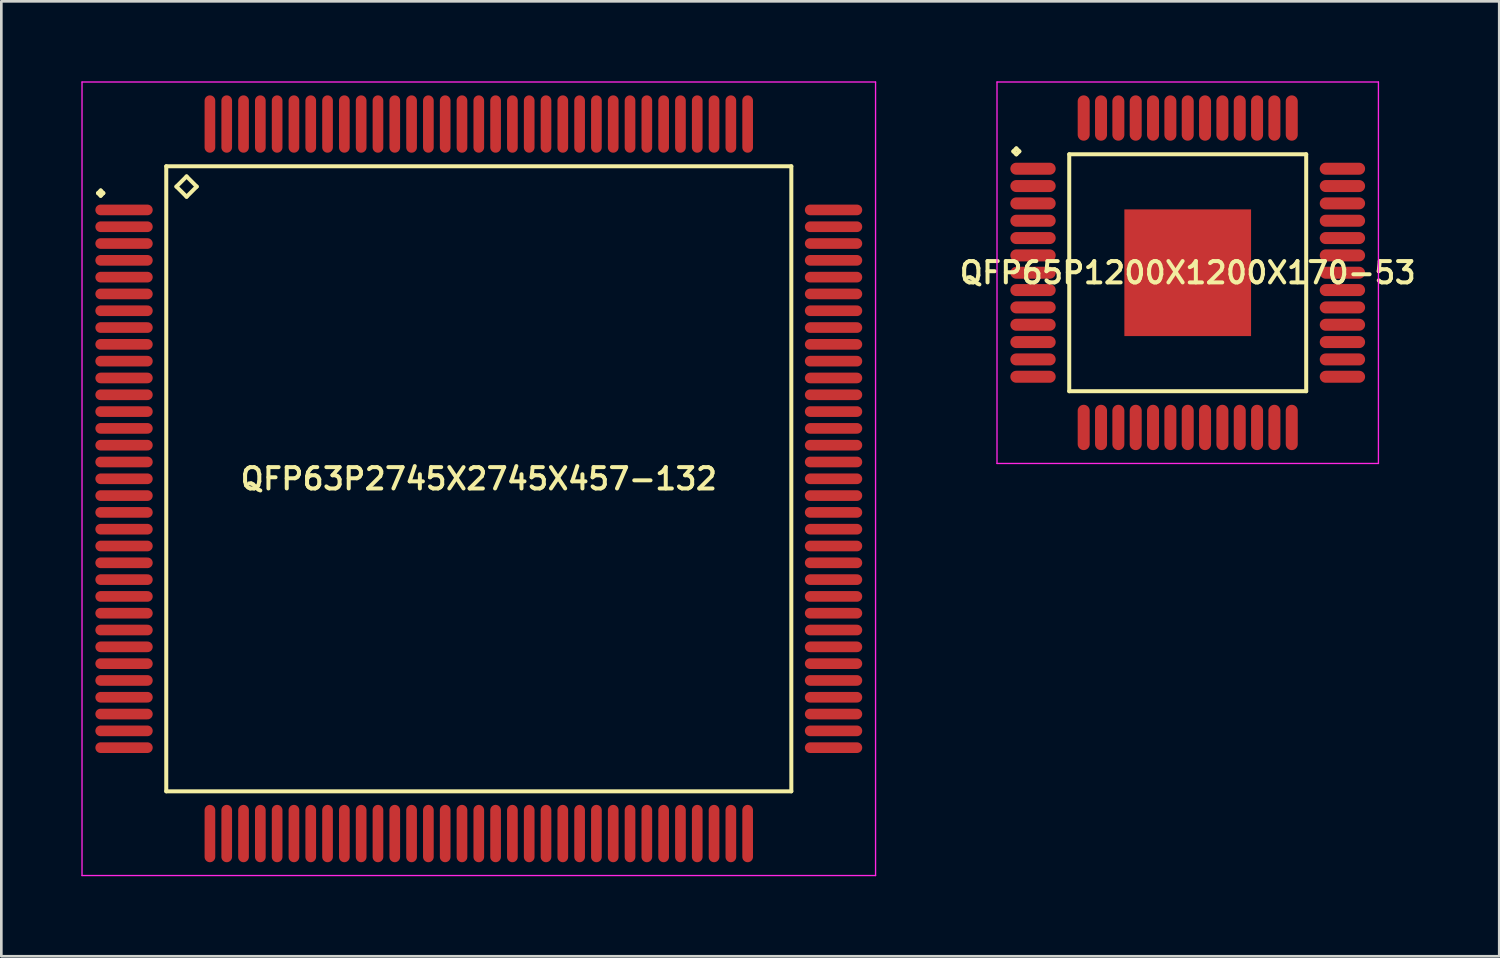
<source format=kicad_pcb>
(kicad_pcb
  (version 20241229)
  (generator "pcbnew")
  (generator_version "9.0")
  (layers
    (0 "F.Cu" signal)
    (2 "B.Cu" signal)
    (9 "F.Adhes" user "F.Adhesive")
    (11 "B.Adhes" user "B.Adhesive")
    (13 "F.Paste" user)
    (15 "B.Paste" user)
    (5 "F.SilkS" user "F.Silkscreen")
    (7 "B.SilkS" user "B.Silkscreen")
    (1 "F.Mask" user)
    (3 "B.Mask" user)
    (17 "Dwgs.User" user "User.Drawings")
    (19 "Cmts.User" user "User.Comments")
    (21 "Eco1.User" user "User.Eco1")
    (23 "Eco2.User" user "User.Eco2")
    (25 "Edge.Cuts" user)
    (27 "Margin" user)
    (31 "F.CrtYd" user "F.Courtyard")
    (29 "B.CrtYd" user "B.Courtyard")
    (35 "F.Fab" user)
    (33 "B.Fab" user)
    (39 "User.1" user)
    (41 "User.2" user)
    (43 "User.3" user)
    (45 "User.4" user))
  (footprint "QFP63P2745X2745X457-132"
    (layer "F.Cu")
    (at 14.9 14.9)
    (property "Reference" "QFP63P2745X2745X457-132" (at 0 0 0) (layer "F.SilkS") (effects (font (size 0.8 0.8) (thickness 0.15))))
    (attr smd)
    (fp_line (start -14.275 -10.71) (end -14.175 -10.81) (stroke (width 0.15) (type solid)) (layer "F.SilkS"))
    (fp_line (start -14.175 -10.81) (end -14.075 -10.71) (stroke (width 0.15) (type solid)) (layer "F.SilkS"))
    (fp_line (start -14.175 -10.61) (end -14.275 -10.71) (stroke (width 0.15) (type solid)) (layer "F.SilkS"))
    (fp_line (start -14.075 -10.71) (end -14.175 -10.61) (stroke (width 0.15) (type solid)) (layer "F.SilkS"))
    (fp_line (start -11.717 -11.717) (end -11.717 11.717) (stroke (width 0.15) (type solid)) (layer "F.SilkS"))
    (fp_line (start -11.717 11.717) (end 11.717 11.717) (stroke (width 0.15) (type solid)) (layer "F.SilkS"))
    (fp_line (start -11.336 -10.955) (end -10.955 -11.336) (stroke (width 0.15) (type solid)) (layer "F.SilkS"))
    (fp_line (start -10.955 -11.336) (end -10.574 -10.955) (stroke (width 0.15) (type solid)) (layer "F.SilkS"))
    (fp_line (start -10.955 -10.574) (end -11.336 -10.955) (stroke (width 0.15) (type solid)) (layer "F.SilkS"))
    (fp_line (start -10.574 -10.955) (end -10.955 -10.574) (stroke (width 0.15) (type solid)) (layer "F.SilkS"))
    (fp_line (start 11.717 -11.717) (end -11.717 -11.717) (stroke (width 0.15) (type solid)) (layer "F.SilkS"))
    (fp_line (start 11.717 11.717) (end 11.717 -11.717) (stroke (width 0.15) (type solid)) (layer "F.SilkS"))
    (fp_line (start -14.875 -14.875) (end 14.875 -14.875) (stroke (width 0.05) (type solid)) (layer "F.CrtYd"))
    (fp_line (start -14.875 14.875) (end -14.875 -14.875) (stroke (width 0.05) (type solid)) (layer "F.CrtYd"))
    (fp_line (start 14.875 -14.875) (end 14.875 14.875) (stroke (width 0.05) (type solid)) (layer "F.CrtYd"))
    (fp_line (start 14.875 14.875) (end -14.875 14.875) (stroke (width 0.05) (type solid)) (layer "F.CrtYd"))
    (pad "1" smd oval (at -13.3 -10.08) (size 2.15 0.4) (layers "F.Cu" "F.Mask" "F.Paste"))
    (pad "2" smd oval (at -13.3 -9.45) (size 2.15 0.4) (layers "F.Cu" "F.Mask" "F.Paste"))
    (pad "3" smd oval (at -13.3 -8.82) (size 2.15 0.4) (layers "F.Cu" "F.Mask" "F.Paste"))
    (pad "4" smd oval (at -13.3 -8.19) (size 2.15 0.4) (layers "F.Cu" "F.Mask" "F.Paste"))
    (pad "5" smd oval (at -13.3 -7.56) (size 2.15 0.4) (layers "F.Cu" "F.Mask" "F.Paste"))
    (pad "6" smd oval (at -13.3 -6.93) (size 2.15 0.4) (layers "F.Cu" "F.Mask" "F.Paste"))
    (pad "7" smd oval (at -13.3 -6.3) (size 2.15 0.4) (layers "F.Cu" "F.Mask" "F.Paste"))
    (pad "8" smd oval (at -13.3 -5.67) (size 2.15 0.4) (layers "F.Cu" "F.Mask" "F.Paste"))
    (pad "9" smd oval (at -13.3 -5.04) (size 2.15 0.4) (layers "F.Cu" "F.Mask" "F.Paste"))
    (pad "10" smd oval (at -13.3 -4.41) (size 2.15 0.4) (layers "F.Cu" "F.Mask" "F.Paste"))
    (pad "11" smd oval (at -13.3 -3.78) (size 2.15 0.4) (layers "F.Cu" "F.Mask" "F.Paste"))
    (pad "12" smd oval (at -13.3 -3.15) (size 2.15 0.4) (layers "F.Cu" "F.Mask" "F.Paste"))
    (pad "13" smd oval (at -13.3 -2.52) (size 2.15 0.4) (layers "F.Cu" "F.Mask" "F.Paste"))
    (pad "14" smd oval (at -13.3 -1.89) (size 2.15 0.4) (layers "F.Cu" "F.Mask" "F.Paste"))
    (pad "15" smd oval (at -13.3 -1.26) (size 2.15 0.4) (layers "F.Cu" "F.Mask" "F.Paste"))
    (pad "16" smd oval (at -13.3 -0.63) (size 2.15 0.4) (layers "F.Cu" "F.Mask" "F.Paste"))
    (pad "17" smd oval (at -13.3 0) (size 2.15 0.4) (layers "F.Cu" "F.Mask" "F.Paste"))
    (pad "18" smd oval (at -13.3 0.63) (size 2.15 0.4) (layers "F.Cu" "F.Mask" "F.Paste"))
    (pad "19" smd oval (at -13.3 1.26) (size 2.15 0.4) (layers "F.Cu" "F.Mask" "F.Paste"))
    (pad "20" smd oval (at -13.3 1.89) (size 2.15 0.4) (layers "F.Cu" "F.Mask" "F.Paste"))
    (pad "21" smd oval (at -13.3 2.52) (size 2.15 0.4) (layers "F.Cu" "F.Mask" "F.Paste"))
    (pad "22" smd oval (at -13.3 3.15) (size 2.15 0.4) (layers "F.Cu" "F.Mask" "F.Paste"))
    (pad "23" smd oval (at -13.3 3.78) (size 2.15 0.4) (layers "F.Cu" "F.Mask" "F.Paste"))
    (pad "24" smd oval (at -13.3 4.41) (size 2.15 0.4) (layers "F.Cu" "F.Mask" "F.Paste"))
    (pad "25" smd oval (at -13.3 5.04) (size 2.15 0.4) (layers "F.Cu" "F.Mask" "F.Paste"))
    (pad "26" smd oval (at -13.3 5.67) (size 2.15 0.4) (layers "F.Cu" "F.Mask" "F.Paste"))
    (pad "27" smd oval (at -13.3 6.3) (size 2.15 0.4) (layers "F.Cu" "F.Mask" "F.Paste"))
    (pad "28" smd oval (at -13.3 6.93) (size 2.15 0.4) (layers "F.Cu" "F.Mask" "F.Paste"))
    (pad "29" smd oval (at -13.3 7.56) (size 2.15 0.4) (layers "F.Cu" "F.Mask" "F.Paste"))
    (pad "30" smd oval (at -13.3 8.19) (size 2.15 0.4) (layers "F.Cu" "F.Mask" "F.Paste"))
    (pad "31" smd oval (at -13.3 8.82) (size 2.15 0.4) (layers "F.Cu" "F.Mask" "F.Paste"))
    (pad "32" smd oval (at -13.3 9.45) (size 2.15 0.4) (layers "F.Cu" "F.Mask" "F.Paste"))
    (pad "33" smd oval (at -13.3 10.08) (size 2.15 0.4) (layers "F.Cu" "F.Mask" "F.Paste"))
    (pad "34" smd oval (at -10.08 13.3) (size 0.4 2.15) (layers "F.Cu" "F.Mask" "F.Paste"))
    (pad "35" smd oval (at -9.45 13.3) (size 0.4 2.15) (layers "F.Cu" "F.Mask" "F.Paste"))
    (pad "36" smd oval (at -8.82 13.3) (size 0.4 2.15) (layers "F.Cu" "F.Mask" "F.Paste"))
    (pad "37" smd oval (at -8.19 13.3) (size 0.4 2.15) (layers "F.Cu" "F.Mask" "F.Paste"))
    (pad "38" smd oval (at -7.56 13.3) (size 0.4 2.15) (layers "F.Cu" "F.Mask" "F.Paste"))
    (pad "39" smd oval (at -6.93 13.3) (size 0.4 2.15) (layers "F.Cu" "F.Mask" "F.Paste"))
    (pad "40" smd oval (at -6.3 13.3) (size 0.4 2.15) (layers "F.Cu" "F.Mask" "F.Paste"))
    (pad "41" smd oval (at -5.67 13.3) (size 0.4 2.15) (layers "F.Cu" "F.Mask" "F.Paste"))
    (pad "42" smd oval (at -5.04 13.3) (size 0.4 2.15) (layers "F.Cu" "F.Mask" "F.Paste"))
    (pad "43" smd oval (at -4.41 13.3) (size 0.4 2.15) (layers "F.Cu" "F.Mask" "F.Paste"))
    (pad "44" smd oval (at -3.78 13.3) (size 0.4 2.15) (layers "F.Cu" "F.Mask" "F.Paste"))
    (pad "45" smd oval (at -3.15 13.3) (size 0.4 2.15) (layers "F.Cu" "F.Mask" "F.Paste"))
    (pad "46" smd oval (at -2.52 13.3) (size 0.4 2.15) (layers "F.Cu" "F.Mask" "F.Paste"))
    (pad "47" smd oval (at -1.89 13.3) (size 0.4 2.15) (layers "F.Cu" "F.Mask" "F.Paste"))
    (pad "48" smd oval (at -1.26 13.3) (size 0.4 2.15) (layers "F.Cu" "F.Mask" "F.Paste"))
    (pad "49" smd oval (at -0.63 13.3) (size 0.4 2.15) (layers "F.Cu" "F.Mask" "F.Paste"))
    (pad "50" smd oval (at 0 13.3) (size 0.4 2.15) (layers "F.Cu" "F.Mask" "F.Paste"))
    (pad "51" smd oval (at 0.63 13.3) (size 0.4 2.15) (layers "F.Cu" "F.Mask" "F.Paste"))
    (pad "52" smd oval (at 1.26 13.3) (size 0.4 2.15) (layers "F.Cu" "F.Mask" "F.Paste"))
    (pad "53" smd oval (at 1.89 13.3) (size 0.4 2.15) (layers "F.Cu" "F.Mask" "F.Paste"))
    (pad "54" smd oval (at 2.52 13.3) (size 0.4 2.15) (layers "F.Cu" "F.Mask" "F.Paste"))
    (pad "55" smd oval (at 3.15 13.3) (size 0.4 2.15) (layers "F.Cu" "F.Mask" "F.Paste"))
    (pad "56" smd oval (at 3.78 13.3) (size 0.4 2.15) (layers "F.Cu" "F.Mask" "F.Paste"))
    (pad "57" smd oval (at 4.41 13.3) (size 0.4 2.15) (layers "F.Cu" "F.Mask" "F.Paste"))
    (pad "58" smd oval (at 5.04 13.3) (size 0.4 2.15) (layers "F.Cu" "F.Mask" "F.Paste"))
    (pad "59" smd oval (at 5.67 13.3) (size 0.4 2.15) (layers "F.Cu" "F.Mask" "F.Paste"))
    (pad "60" smd oval (at 6.3 13.3) (size 0.4 2.15) (layers "F.Cu" "F.Mask" "F.Paste"))
    (pad "61" smd oval (at 6.93 13.3) (size 0.4 2.15) (layers "F.Cu" "F.Mask" "F.Paste"))
    (pad "62" smd oval (at 7.56 13.3) (size 0.4 2.15) (layers "F.Cu" "F.Mask" "F.Paste"))
    (pad "63" smd oval (at 8.19 13.3) (size 0.4 2.15) (layers "F.Cu" "F.Mask" "F.Paste"))
    (pad "64" smd oval (at 8.82 13.3) (size 0.4 2.15) (layers "F.Cu" "F.Mask" "F.Paste"))
    (pad "65" smd oval (at 9.45 13.3) (size 0.4 2.15) (layers "F.Cu" "F.Mask" "F.Paste"))
    (pad "66" smd oval (at 10.08 13.3) (size 0.4 2.15) (layers "F.Cu" "F.Mask" "F.Paste"))
    (pad "67" smd oval (at 13.3 10.08) (size 2.15 0.4) (layers "F.Cu" "F.Mask" "F.Paste"))
    (pad "68" smd oval (at 13.3 9.45) (size 2.15 0.4) (layers "F.Cu" "F.Mask" "F.Paste"))
    (pad "69" smd oval (at 13.3 8.82) (size 2.15 0.4) (layers "F.Cu" "F.Mask" "F.Paste"))
    (pad "70" smd oval (at 13.3 8.19) (size 2.15 0.4) (layers "F.Cu" "F.Mask" "F.Paste"))
    (pad "71" smd oval (at 13.3 7.56) (size 2.15 0.4) (layers "F.Cu" "F.Mask" "F.Paste"))
    (pad "72" smd oval (at 13.3 6.93) (size 2.15 0.4) (layers "F.Cu" "F.Mask" "F.Paste"))
    (pad "73" smd oval (at 13.3 6.3) (size 2.15 0.4) (layers "F.Cu" "F.Mask" "F.Paste"))
    (pad "74" smd oval (at 13.3 5.67) (size 2.15 0.4) (layers "F.Cu" "F.Mask" "F.Paste"))
    (pad "75" smd oval (at 13.3 5.04) (size 2.15 0.4) (layers "F.Cu" "F.Mask" "F.Paste"))
    (pad "76" smd oval (at 13.3 4.41) (size 2.15 0.4) (layers "F.Cu" "F.Mask" "F.Paste"))
    (pad "77" smd oval (at 13.3 3.78) (size 2.15 0.4) (layers "F.Cu" "F.Mask" "F.Paste"))
    (pad "78" smd oval (at 13.3 3.15) (size 2.15 0.4) (layers "F.Cu" "F.Mask" "F.Paste"))
    (pad "79" smd oval (at 13.3 2.52) (size 2.15 0.4) (layers "F.Cu" "F.Mask" "F.Paste"))
    (pad "80" smd oval (at 13.3 1.89) (size 2.15 0.4) (layers "F.Cu" "F.Mask" "F.Paste"))
    (pad "81" smd oval (at 13.3 1.26) (size 2.15 0.4) (layers "F.Cu" "F.Mask" "F.Paste"))
    (pad "82" smd oval (at 13.3 0.63) (size 2.15 0.4) (layers "F.Cu" "F.Mask" "F.Paste"))
    (pad "83" smd oval (at 13.3 0) (size 2.15 0.4) (layers "F.Cu" "F.Mask" "F.Paste"))
    (pad "84" smd oval (at 13.3 -0.63) (size 2.15 0.4) (layers "F.Cu" "F.Mask" "F.Paste"))
    (pad "85" smd oval (at 13.3 -1.26) (size 2.15 0.4) (layers "F.Cu" "F.Mask" "F.Paste"))
    (pad "86" smd oval (at 13.3 -1.89) (size 2.15 0.4) (layers "F.Cu" "F.Mask" "F.Paste"))
    (pad "87" smd oval (at 13.3 -2.52) (size 2.15 0.4) (layers "F.Cu" "F.Mask" "F.Paste"))
    (pad "88" smd oval (at 13.3 -3.15) (size 2.15 0.4) (layers "F.Cu" "F.Mask" "F.Paste"))
    (pad "89" smd oval (at 13.3 -3.78) (size 2.15 0.4) (layers "F.Cu" "F.Mask" "F.Paste"))
    (pad "90" smd oval (at 13.3 -4.41) (size 2.15 0.4) (layers "F.Cu" "F.Mask" "F.Paste"))
    (pad "91" smd oval (at 13.3 -5.04) (size 2.15 0.4) (layers "F.Cu" "F.Mask" "F.Paste"))
    (pad "92" smd oval (at 13.3 -5.67) (size 2.15 0.4) (layers "F.Cu" "F.Mask" "F.Paste"))
    (pad "93" smd oval (at 13.3 -6.3) (size 2.15 0.4) (layers "F.Cu" "F.Mask" "F.Paste"))
    (pad "94" smd oval (at 13.3 -6.93) (size 2.15 0.4) (layers "F.Cu" "F.Mask" "F.Paste"))
    (pad "95" smd oval (at 13.3 -7.56) (size 2.15 0.4) (layers "F.Cu" "F.Mask" "F.Paste"))
    (pad "96" smd oval (at 13.3 -8.19) (size 2.15 0.4) (layers "F.Cu" "F.Mask" "F.Paste"))
    (pad "97" smd oval (at 13.3 -8.82) (size 2.15 0.4) (layers "F.Cu" "F.Mask" "F.Paste"))
    (pad "98" smd oval (at 13.3 -9.45) (size 2.15 0.4) (layers "F.Cu" "F.Mask" "F.Paste"))
    (pad "99" smd oval (at 13.3 -10.08) (size 2.15 0.4) (layers "F.Cu" "F.Mask" "F.Paste"))
    (pad "100" smd oval (at 10.08 -13.3) (size 0.4 2.15) (layers "F.Cu" "F.Mask" "F.Paste"))
    (pad "101" smd oval (at 9.45 -13.3) (size 0.4 2.15) (layers "F.Cu" "F.Mask" "F.Paste"))
    (pad "102" smd oval (at 8.82 -13.3) (size 0.4 2.15) (layers "F.Cu" "F.Mask" "F.Paste"))
    (pad "103" smd oval (at 8.19 -13.3) (size 0.4 2.15) (layers "F.Cu" "F.Mask" "F.Paste"))
    (pad "104" smd oval (at 7.56 -13.3) (size 0.4 2.15) (layers "F.Cu" "F.Mask" "F.Paste"))
    (pad "105" smd oval (at 6.93 -13.3) (size 0.4 2.15) (layers "F.Cu" "F.Mask" "F.Paste"))
    (pad "106" smd oval (at 6.3 -13.3) (size 0.4 2.15) (layers "F.Cu" "F.Mask" "F.Paste"))
    (pad "107" smd oval (at 5.67 -13.3) (size 0.4 2.15) (layers "F.Cu" "F.Mask" "F.Paste"))
    (pad "108" smd oval (at 5.04 -13.3) (size 0.4 2.15) (layers "F.Cu" "F.Mask" "F.Paste"))
    (pad "109" smd oval (at 4.41 -13.3) (size 0.4 2.15) (layers "F.Cu" "F.Mask" "F.Paste"))
    (pad "110" smd oval (at 3.78 -13.3) (size 0.4 2.15) (layers "F.Cu" "F.Mask" "F.Paste"))
    (pad "111" smd oval (at 3.15 -13.3) (size 0.4 2.15) (layers "F.Cu" "F.Mask" "F.Paste"))
    (pad "112" smd oval (at 2.52 -13.3) (size 0.4 2.15) (layers "F.Cu" "F.Mask" "F.Paste"))
    (pad "113" smd oval (at 1.89 -13.3) (size 0.4 2.15) (layers "F.Cu" "F.Mask" "F.Paste"))
    (pad "114" smd oval (at 1.26 -13.3) (size 0.4 2.15) (layers "F.Cu" "F.Mask" "F.Paste"))
    (pad "115" smd oval (at 0.63 -13.3) (size 0.4 2.15) (layers "F.Cu" "F.Mask" "F.Paste"))
    (pad "116" smd oval (at 0 -13.3) (size 0.4 2.15) (layers "F.Cu" "F.Mask" "F.Paste"))
    (pad "117" smd oval (at -0.63 -13.3) (size 0.4 2.15) (layers "F.Cu" "F.Mask" "F.Paste"))
    (pad "118" smd oval (at -1.26 -13.3) (size 0.4 2.15) (layers "F.Cu" "F.Mask" "F.Paste"))
    (pad "119" smd oval (at -1.89 -13.3) (size 0.4 2.15) (layers "F.Cu" "F.Mask" "F.Paste"))
    (pad "120" smd oval (at -2.52 -13.3) (size 0.4 2.15) (layers "F.Cu" "F.Mask" "F.Paste"))
    (pad "121" smd oval (at -3.15 -13.3) (size 0.4 2.15) (layers "F.Cu" "F.Mask" "F.Paste"))
    (pad "122" smd oval (at -3.78 -13.3) (size 0.4 2.15) (layers "F.Cu" "F.Mask" "F.Paste"))
    (pad "123" smd oval (at -4.41 -13.3) (size 0.4 2.15) (layers "F.Cu" "F.Mask" "F.Paste"))
    (pad "124" smd oval (at -5.04 -13.3) (size 0.4 2.15) (layers "F.Cu" "F.Mask" "F.Paste"))
    (pad "125" smd oval (at -5.67 -13.3) (size 0.4 2.15) (layers "F.Cu" "F.Mask" "F.Paste"))
    (pad "126" smd oval (at -6.3 -13.3) (size 0.4 2.15) (layers "F.Cu" "F.Mask" "F.Paste"))
    (pad "127" smd oval (at -6.93 -13.3) (size 0.4 2.15) (layers "F.Cu" "F.Mask" "F.Paste"))
    (pad "128" smd oval (at -7.56 -13.3) (size 0.4 2.15) (layers "F.Cu" "F.Mask" "F.Paste"))
    (pad "129" smd oval (at -8.19 -13.3) (size 0.4 2.15) (layers "F.Cu" "F.Mask" "F.Paste"))
    (pad "130" smd oval (at -8.82 -13.3) (size 0.4 2.15) (layers "F.Cu" "F.Mask" "F.Paste"))
    (pad "131" smd oval (at -9.45 -13.3) (size 0.4 2.15) (layers "F.Cu" "F.Mask" "F.Paste"))
    (pad "132" smd oval (at -10.08 -13.3) (size 0.4 2.15) (layers "F.Cu" "F.Mask" "F.Paste")))
  (footprint "QFP65P1200X1200X170-53"
    (layer "F.Cu")
    (at 41.478 7.175)
    (property "Reference" "QFP65P1200X1200X170-53" (at 0 0 0) (layer "F.SilkS") (effects (font (size 0.8 0.8) (thickness 0.15))))
    (attr smd)
    (fp_line (start -6.537 -4.55) (end -6.425 -4.662) (stroke (width 0.15) (type solid)) (layer "F.SilkS"))
    (fp_line (start -6.425 -4.662) (end -6.312 -4.55) (stroke (width 0.15) (type solid)) (layer "F.SilkS"))
    (fp_line (start -6.425 -4.438) (end -6.537 -4.55) (stroke (width 0.15) (type solid)) (layer "F.SilkS"))
    (fp_line (start -6.312 -4.55) (end -6.425 -4.438) (stroke (width 0.15) (type solid)) (layer "F.SilkS"))
    (fp_line (start -4.442 -4.442) (end -4.442 4.442) (stroke (width 0.15) (type solid)) (layer "F.SilkS"))
    (fp_line (start -4.442 4.442) (end 4.442 4.442) (stroke (width 0.15) (type solid)) (layer "F.SilkS"))
    (fp_line (start 4.442 -4.442) (end -4.442 -4.442) (stroke (width 0.15) (type solid)) (layer "F.SilkS"))
    (fp_line (start 4.442 4.442) (end 4.442 -4.442) (stroke (width 0.15) (type solid)) (layer "F.SilkS"))
    (fp_line (start -7.15 -7.15) (end 7.15 -7.15) (stroke (width 0.05) (type solid)) (layer "F.CrtYd"))
    (fp_line (start -7.15 7.15) (end -7.15 -7.15) (stroke (width 0.05) (type solid)) (layer "F.CrtYd"))
    (fp_line (start 7.15 -7.15) (end 7.15 7.15) (stroke (width 0.05) (type solid)) (layer "F.CrtYd"))
    (fp_line (start 7.15 7.15) (end -7.15 7.15) (stroke (width 0.05) (type solid)) (layer "F.CrtYd"))
    (pad "1" smd oval (at -5.8 -3.9) (size 1.7 0.45) (layers "F.Cu" "F.Mask" "F.Paste"))
    (pad "2" smd oval (at -5.8 -3.25) (size 1.7 0.45) (layers "F.Cu" "F.Mask" "F.Paste"))
    (pad "3" smd oval (at -5.8 -2.6) (size 1.7 0.45) (layers "F.Cu" "F.Mask" "F.Paste"))
    (pad "4" smd oval (at -5.8 -1.95) (size 1.7 0.45) (layers "F.Cu" "F.Mask" "F.Paste"))
    (pad "5" smd oval (at -5.8 -1.3) (size 1.7 0.45) (layers "F.Cu" "F.Mask" "F.Paste"))
    (pad "6" smd oval (at -5.8 -0.65) (size 1.7 0.45) (layers "F.Cu" "F.Mask" "F.Paste"))
    (pad "7" smd oval (at -5.8 0) (size 1.7 0.45) (layers "F.Cu" "F.Mask" "F.Paste"))
    (pad "8" smd oval (at -5.8 0.65) (size 1.7 0.45) (layers "F.Cu" "F.Mask" "F.Paste"))
    (pad "9" smd oval (at -5.8 1.3) (size 1.7 0.45) (layers "F.Cu" "F.Mask" "F.Paste"))
    (pad "10" smd oval (at -5.8 1.95) (size 1.7 0.45) (layers "F.Cu" "F.Mask" "F.Paste"))
    (pad "11" smd oval (at -5.8 2.6) (size 1.7 0.45) (layers "F.Cu" "F.Mask" "F.Paste"))
    (pad "12" smd oval (at -5.8 3.25) (size 1.7 0.45) (layers "F.Cu" "F.Mask" "F.Paste"))
    (pad "13" smd oval (at -5.8 3.9) (size 1.7 0.45) (layers "F.Cu" "F.Mask" "F.Paste"))
    (pad "14" smd oval (at -3.9 5.8) (size 0.45 1.7) (layers "F.Cu" "F.Mask" "F.Paste"))
    (pad "15" smd oval (at -3.25 5.8) (size 0.45 1.7) (layers "F.Cu" "F.Mask" "F.Paste"))
    (pad "16" smd oval (at -2.6 5.8) (size 0.45 1.7) (layers "F.Cu" "F.Mask" "F.Paste"))
    (pad "17" smd oval (at -1.95 5.8) (size 0.45 1.7) (layers "F.Cu" "F.Mask" "F.Paste"))
    (pad "18" smd oval (at -1.3 5.8) (size 0.45 1.7) (layers "F.Cu" "F.Mask" "F.Paste"))
    (pad "19" smd oval (at -0.65 5.8) (size 0.45 1.7) (layers "F.Cu" "F.Mask" "F.Paste"))
    (pad "20" smd oval (at 0 5.8) (size 0.45 1.7) (layers "F.Cu" "F.Mask" "F.Paste"))
    (pad "21" smd oval (at 0.65 5.8) (size 0.45 1.7) (layers "F.Cu" "F.Mask" "F.Paste"))
    (pad "22" smd oval (at 1.3 5.8) (size 0.45 1.7) (layers "F.Cu" "F.Mask" "F.Paste"))
    (pad "23" smd oval (at 1.95 5.8) (size 0.45 1.7) (layers "F.Cu" "F.Mask" "F.Paste"))
    (pad "24" smd oval (at 2.6 5.8) (size 0.45 1.7) (layers "F.Cu" "F.Mask" "F.Paste"))
    (pad "25" smd oval (at 3.25 5.8) (size 0.45 1.7) (layers "F.Cu" "F.Mask" "F.Paste"))
    (pad "26" smd oval (at 3.9 5.8) (size 0.45 1.7) (layers "F.Cu" "F.Mask" "F.Paste"))
    (pad "27" smd oval (at 5.8 3.9) (size 1.7 0.45) (layers "F.Cu" "F.Mask" "F.Paste"))
    (pad "28" smd oval (at 5.8 3.25) (size 1.7 0.45) (layers "F.Cu" "F.Mask" "F.Paste"))
    (pad "29" smd oval (at 5.8 2.6) (size 1.7 0.45) (layers "F.Cu" "F.Mask" "F.Paste"))
    (pad "30" smd oval (at 5.8 1.95) (size 1.7 0.45) (layers "F.Cu" "F.Mask" "F.Paste"))
    (pad "31" smd oval (at 5.8 1.3) (size 1.7 0.45) (layers "F.Cu" "F.Mask" "F.Paste"))
    (pad "32" smd oval (at 5.8 0.65) (size 1.7 0.45) (layers "F.Cu" "F.Mask" "F.Paste"))
    (pad "33" smd oval (at 5.8 0) (size 1.7 0.45) (layers "F.Cu" "F.Mask" "F.Paste"))
    (pad "34" smd oval (at 5.8 -0.65) (size 1.7 0.45) (layers "F.Cu" "F.Mask" "F.Paste"))
    (pad "35" smd oval (at 5.8 -1.3) (size 1.7 0.45) (layers "F.Cu" "F.Mask" "F.Paste"))
    (pad "36" smd oval (at 5.8 -1.95) (size 1.7 0.45) (layers "F.Cu" "F.Mask" "F.Paste"))
    (pad "37" smd oval (at 5.8 -2.6) (size 1.7 0.45) (layers "F.Cu" "F.Mask" "F.Paste"))
    (pad "38" smd oval (at 5.8 -3.25) (size 1.7 0.45) (layers "F.Cu" "F.Mask" "F.Paste"))
    (pad "39" smd oval (at 5.8 -3.9) (size 1.7 0.45) (layers "F.Cu" "F.Mask" "F.Paste"))
    (pad "40" smd oval (at 3.9 -5.8) (size 0.45 1.7) (layers "F.Cu" "F.Mask" "F.Paste"))
    (pad "41" smd oval (at 3.25 -5.8) (size 0.45 1.7) (layers "F.Cu" "F.Mask" "F.Paste"))
    (pad "42" smd oval (at 2.6 -5.8) (size 0.45 1.7) (layers "F.Cu" "F.Mask" "F.Paste"))
    (pad "43" smd oval (at 1.95 -5.8) (size 0.45 1.7) (layers "F.Cu" "F.Mask" "F.Paste"))
    (pad "44" smd oval (at 1.3 -5.8) (size 0.45 1.7) (layers "F.Cu" "F.Mask" "F.Paste"))
    (pad "45" smd oval (at 0.65 -5.8) (size 0.45 1.7) (layers "F.Cu" "F.Mask" "F.Paste"))
    (pad "46" smd oval (at 0 -5.8) (size 0.45 1.7) (layers "F.Cu" "F.Mask" "F.Paste"))
    (pad "47" smd oval (at -0.65 -5.8) (size 0.45 1.7) (layers "F.Cu" "F.Mask" "F.Paste"))
    (pad "48" smd oval (at -1.3 -5.8) (size 0.45 1.7) (layers "F.Cu" "F.Mask" "F.Paste"))
    (pad "49" smd oval (at -1.95 -5.8) (size 0.45 1.7) (layers "F.Cu" "F.Mask" "F.Paste"))
    (pad "50" smd oval (at -2.6 -5.8) (size 0.45 1.7) (layers "F.Cu" "F.Mask" "F.Paste"))
    (pad "51" smd oval (at -3.25 -5.8) (size 0.45 1.7) (layers "F.Cu" "F.Mask" "F.Paste"))
    (pad "52" smd oval (at -3.9 -5.8) (size 0.45 1.7) (layers "F.Cu" "F.Mask" "F.Paste"))
    (pad "53" smd rect (at 0 0) (size 4.75 4.75) (layers "F.Cu" "F.Mask" "F.Paste")))
  (gr_rect
    (start -3 -3)
    (end 53.157 32.8)
    (stroke (width 0.1) (type default))
    (fill no)
    (layer "Edge.Cuts")))
</source>
